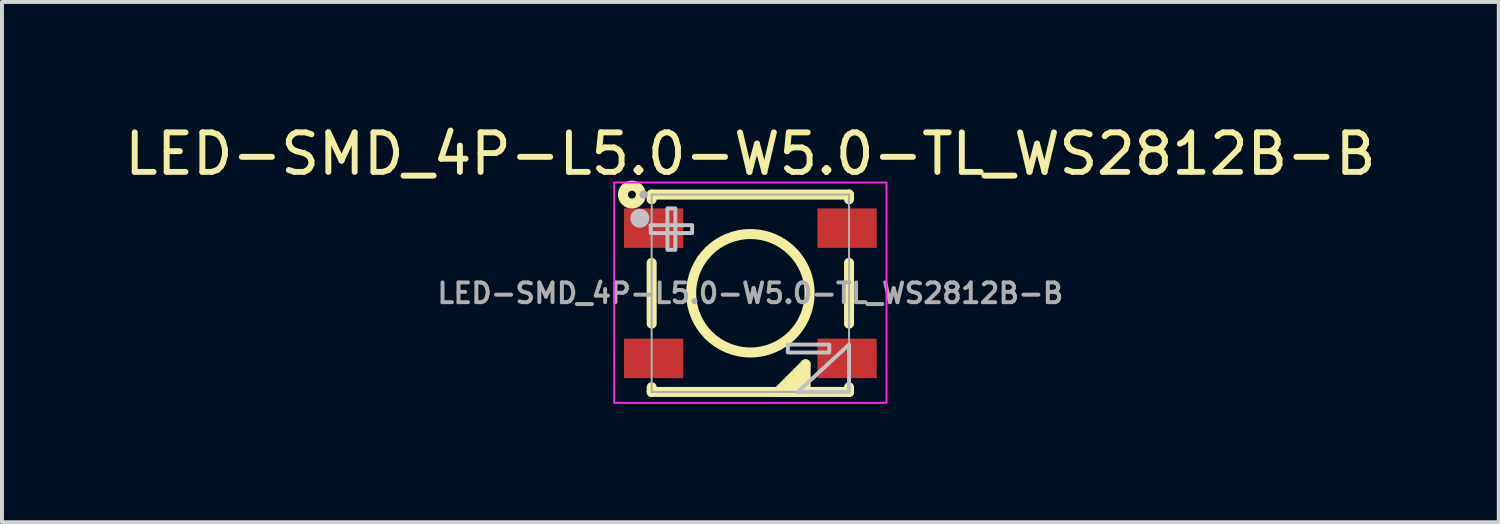
<source format=kicad_pcb>
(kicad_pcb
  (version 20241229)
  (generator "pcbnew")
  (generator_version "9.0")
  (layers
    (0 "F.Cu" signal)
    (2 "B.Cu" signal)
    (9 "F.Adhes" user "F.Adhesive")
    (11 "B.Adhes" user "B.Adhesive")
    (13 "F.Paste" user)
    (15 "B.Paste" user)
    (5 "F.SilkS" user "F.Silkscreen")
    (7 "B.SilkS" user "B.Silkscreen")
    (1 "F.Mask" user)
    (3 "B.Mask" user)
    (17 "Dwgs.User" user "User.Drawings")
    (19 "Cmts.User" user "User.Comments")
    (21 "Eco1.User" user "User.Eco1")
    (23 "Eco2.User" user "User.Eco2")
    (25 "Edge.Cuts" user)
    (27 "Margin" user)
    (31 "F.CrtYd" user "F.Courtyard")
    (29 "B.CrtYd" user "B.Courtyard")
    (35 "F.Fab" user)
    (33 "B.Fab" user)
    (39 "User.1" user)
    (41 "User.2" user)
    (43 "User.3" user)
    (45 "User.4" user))
  (footprint "LED-SMD_4P-L5.0-W5.0-TL_WS2812B-B"
    (layer "F.Cu")
    (at 15.958 4.379)
    (property "Reference" "LED-SMD_4P-L5.0-W5.0-TL_WS2812B-B" (at 0 -3.53 0) (layer "F.SilkS") (effects (font (size 1 1) (thickness 0.15))))
    (fp_line (start -2.5 -2.5) (end 2.5 -2.5) (stroke (width 0.254) (type default)) (layer "F.SilkS"))
    (fp_line (start -2.5 -2.381) (end -2.5 -2.5) (stroke (width 0.254) (type default)) (layer "F.SilkS"))
    (fp_line (start -2.5 0.769) (end -2.5 -0.769) (stroke (width 0.254) (type default)) (layer "F.SilkS"))
    (fp_line (start -2.5 2.5) (end -2.5 2.38) (stroke (width 0.254) (type default)) (layer "F.SilkS"))
    (fp_line (start 0.7 2.5) (end 1.4 1.8) (stroke (width 0.254) (type default)) (layer "F.SilkS"))
    (fp_line (start 1.4 1.8) (end 1.4 2.5) (stroke (width 0.254) (type default)) (layer "F.SilkS"))
    (fp_line (start 1.4 2.5) (end 0.7 2.5) (stroke (width 0.254) (type default)) (layer "F.SilkS"))
    (fp_line (start 2.5 -2.5) (end 2.5 -2.381) (stroke (width 0.254) (type default)) (layer "F.SilkS"))
    (fp_line (start 2.5 -0.769) (end 2.5 0.769) (stroke (width 0.254) (type default)) (layer "F.SilkS"))
    (fp_line (start 2.5 2.38) (end 2.5 2.5) (stroke (width 0.254) (type default)) (layer "F.SilkS"))
    (fp_line (start 2.5 2.5) (end -2.5 2.5) (stroke (width 0.254) (type default)) (layer "F.SilkS"))
    (fp_circle (center -3 -2.5) (end -2.9 -2.5) (stroke (width 0.254) (type default)) (fill no) (layer "F.SilkS"))
    (fp_circle (center 0.001 0) (end 1.501 0) (stroke (width 0.254) (type default)) (fill no) (layer "F.SilkS"))
    (fp_poly (pts (xy 1.4 1.8) (xy 1.4 2.4) (xy 1.3 2.5) (xy 0.7 2.5)) (stroke (width 0) (type default)) (fill yes) (layer "F.SilkS"))
    (fp_circle (center -2.8 -1.9) (end -2.68 -1.9) (stroke (width 0.24) (type default)) (fill no) (layer "Dwgs.User"))
    (fp_poly (pts (xy 2.5 1.3) (xy 2.5 2.5) (xy 1.2 2.5)) (stroke (width 0.1) (type default)) (fill no) (layer "Dwgs.User"))
    (fp_poly (pts (xy -2.525 -1.725) (xy -1.475 -1.725) (xy -1.475 -1.525) (xy -2.525 -1.525)) (stroke (width 0.1) (type default)) (fill no) (layer "Dwgs.User"))
    (fp_poly (pts (xy -2.1 -1.1) (xy -2.1 -2.15) (xy -1.9 -2.15) (xy -1.9 -1.1)) (stroke (width 0.1) (type default)) (fill no) (layer "Dwgs.User"))
    (fp_poly (pts (xy 2 1.5) (xy 0.95 1.5) (xy 0.95 1.3) (xy 2 1.3)) (stroke (width 0.1) (type default)) (fill no) (layer "Dwgs.User"))
    (fp_rect (start -3.45 -2.805) (end 3.45 2.776) (stroke (width 0.05) (type default)) (fill no) (layer "F.CrtYd"))
    (fp_line (start -2.5 -2.5) (end 2.5 -2.5) (stroke (width 0.051) (type default)) (layer "F.Fab"))
    (fp_line (start -2.5 2.5) (end -2.5 -2.5) (stroke (width 0.051) (type default)) (layer "F.Fab"))
    (fp_line (start 2.5 -2.5) (end 2.5 2.5) (stroke (width 0.051) (type default)) (layer "F.Fab"))
    (fp_line (start 2.5 2.5) (end -2.5 2.5) (stroke (width 0.051) (type default)) (layer "F.Fab"))
    (fp_poly (pts (xy -2.648 -2.523) (xy -2.681 -2.555) (xy -2.726 -2.555) (xy -2.759 -2.523) (xy -2.759 -2.477) (xy -2.726 -2.445) (xy -2.681 -2.445) (xy -2.648 -2.477)) (stroke (width 0.1) (type default)) (fill no) (layer "F.Fab"))
    (fp_poly (pts (xy -2.704 -2.1) (xy -1.704 -2.1) (xy -1.704 -1.2) (xy -2.704 -1.2)) (stroke (width 0.1) (type default)) (fill no) (layer "User.1"))
    (fp_poly (pts (xy -2.704 1.2) (xy -1.704 1.2) (xy -1.704 2.1) (xy -2.704 2.1)) (stroke (width 0.1) (type default)) (fill no) (layer "User.1"))
    (fp_poly (pts (xy 2.704 -1.2) (xy 1.704 -1.2) (xy 1.704 -2.1) (xy 2.704 -2.1)) (stroke (width 0.1) (type default)) (fill no) (layer "User.1"))
    (fp_poly (pts (xy 2.704 2.1) (xy 1.704 2.1) (xy 1.704 1.2) (xy 2.704 1.2)) (stroke (width 0.1) (type default)) (fill no) (layer "User.1"))
    (fp_text user "${REFERENCE}" (at 0 0 0) (layer "F.Fab") (effects (font (size 0.5 0.5) (thickness 0.1))))
    (pad "1" smd rect (at -2.45 -1.65 180) (size 1.5 1) (layers "F.Cu" "F.Mask" "F.Paste"))
    (pad "2" smd rect (at -2.45 1.65 180) (size 1.5 1) (layers "F.Cu" "F.Mask" "F.Paste"))
    (pad "3" smd rect (at 2.45 1.65 180) (size 1.5 1) (layers "F.Cu" "F.Mask" "F.Paste"))
    (pad "4" smd rect (at 2.45 -1.65 180) (size 1.5 1) (layers "F.Cu" "F.Mask" "F.Paste")))
  (gr_rect
    (start -3 -3)
    (end 34.917 10.179)
    (stroke (width 0.1) (type default))
    (fill no)
    (layer "Edge.Cuts")))
</source>
